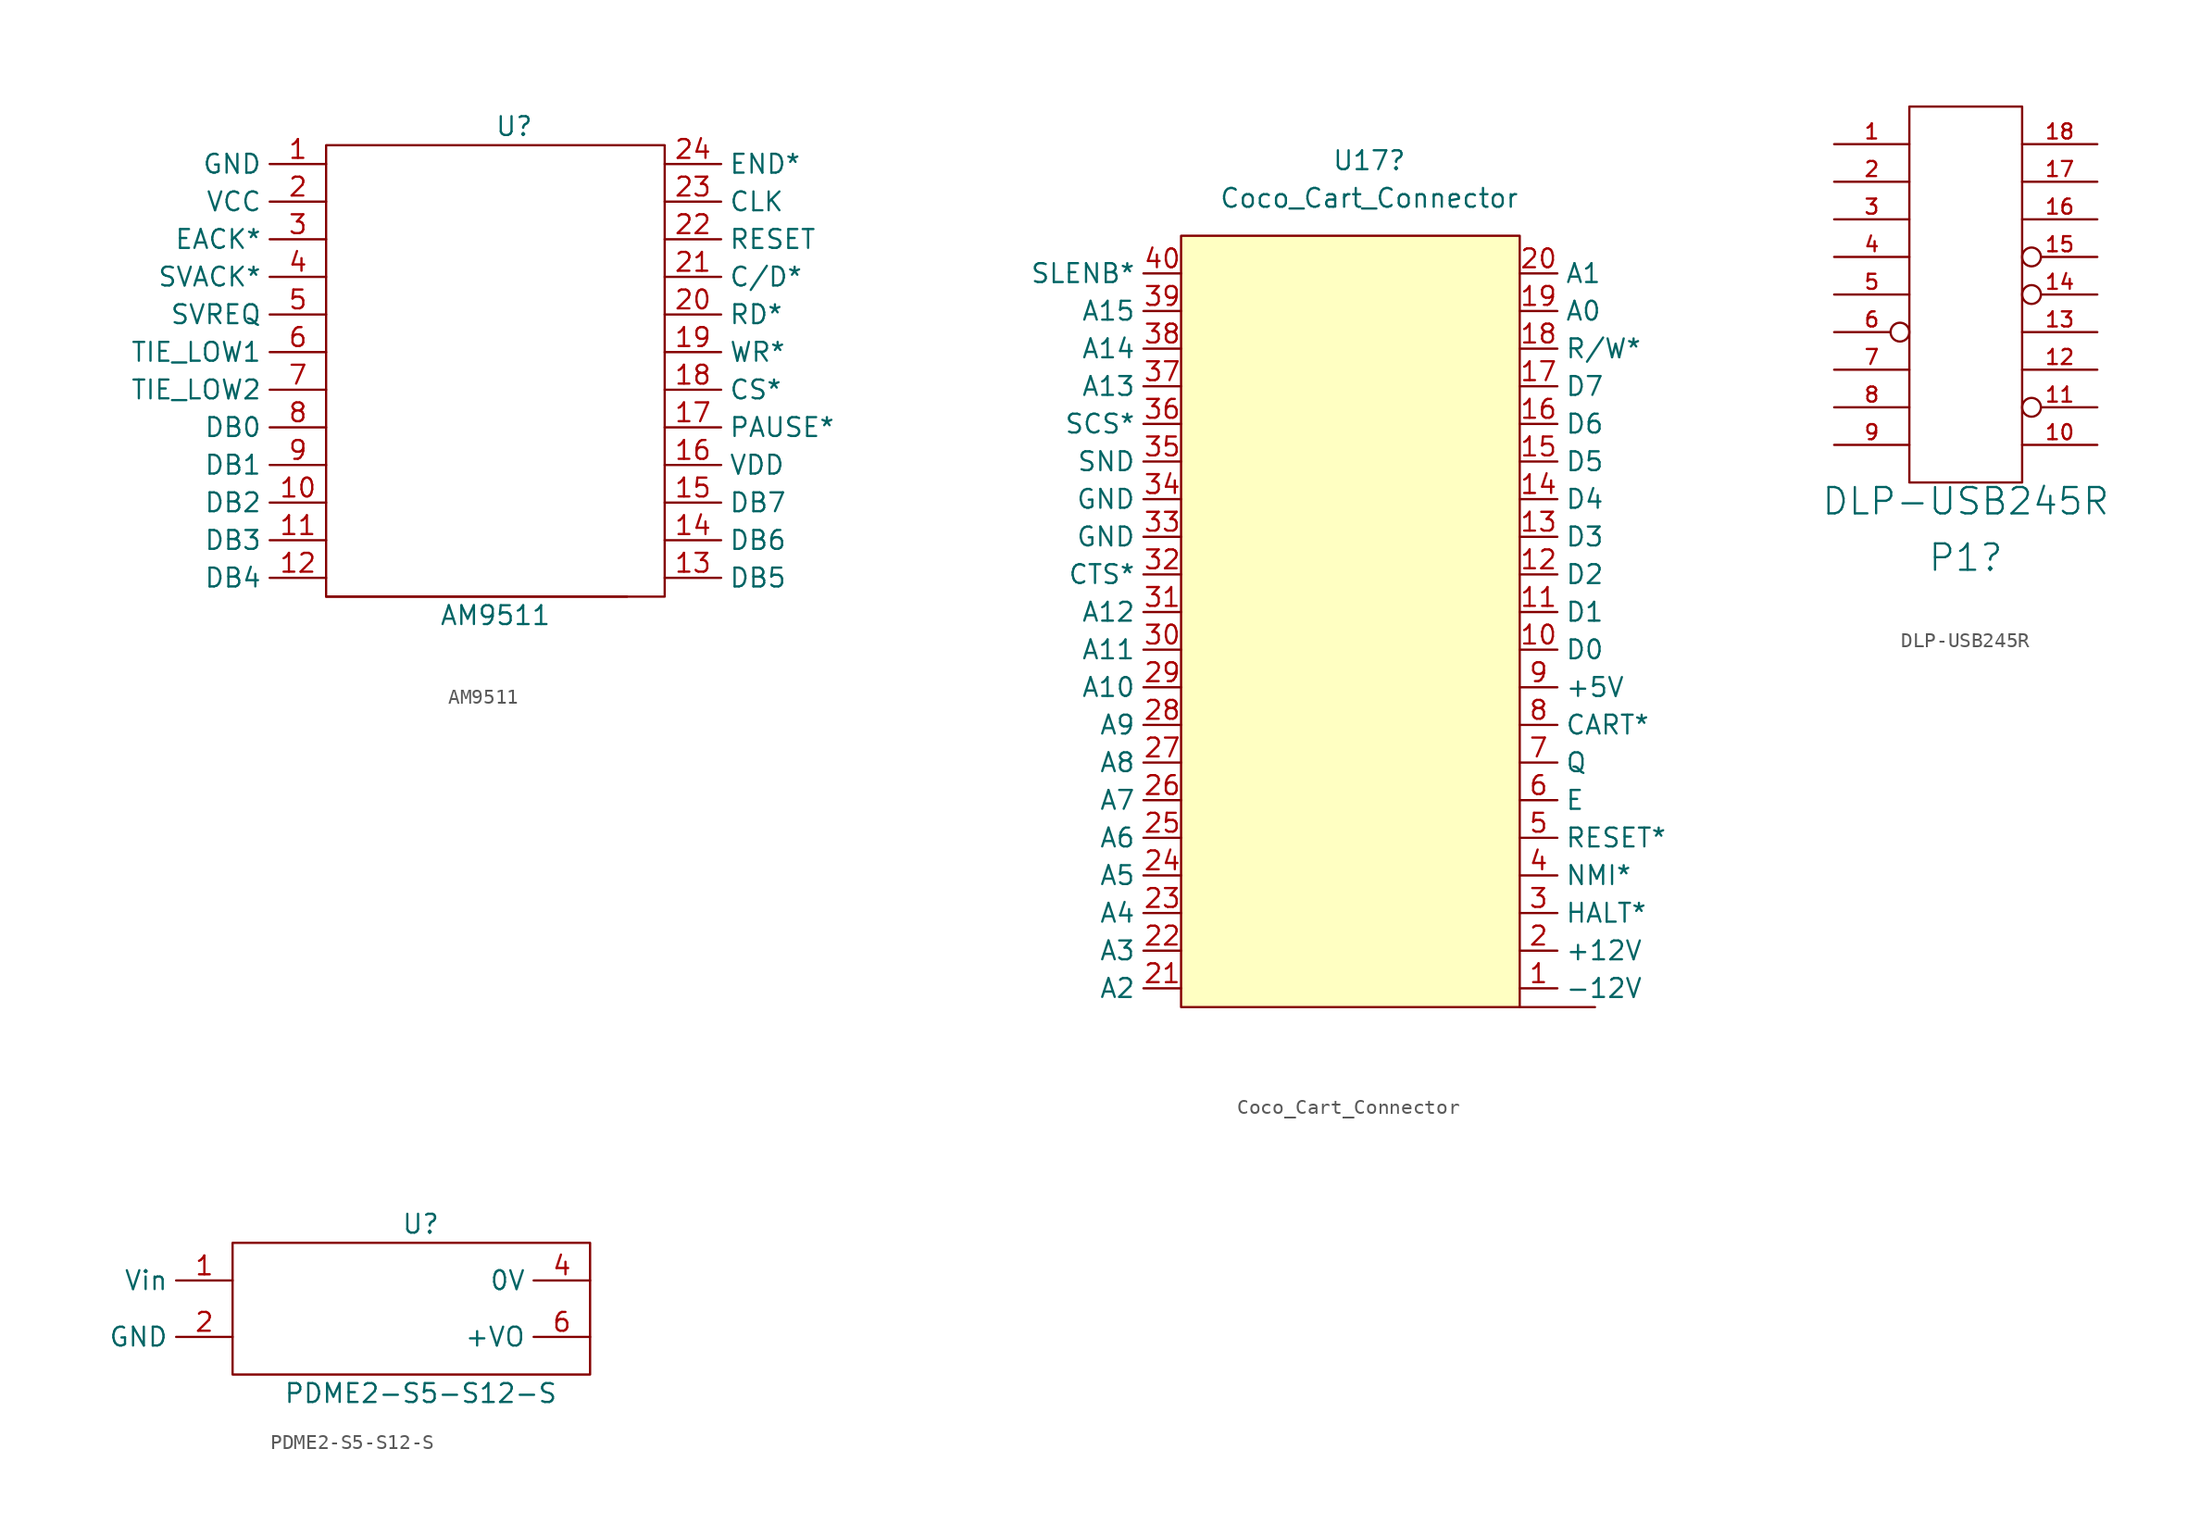
<source format=kicad_sym>
(kicad_symbol_lib
  (version 20211014)
  (generator kicad_symbol_editor)
  (symbol "AM9511"
    (property "Reference" "U"
      (at 12.7 31.75 0)
      (effects (font (size 1.27 1.27))))
    (property "Value" "AM9511"
      (at 11.43 -1.27 0)
      (effects (font (size 1.27 1.27))))
    (symbol "AM9511_0_1"
      (rectangle (start 0 0) (end 20.32 0) (stroke (width 0) (type default) (color 0 0 0 0)) (fill (type none)))
      (rectangle (start 0 30.48) (end 22.86 0) (stroke (width 0) (type default) (color 0 0 0 0)) (fill (type none))))
    (symbol "AM9511_1_1"
      (pin power_in line (at 0 29.21 180) (length 3.81) (name "GND" (effects (font (size 1.27 1.27)))) (number "1" (effects (font (size 1.27 1.27)))))
      (pin bidirectional line (at 0 6.35 180) (length 3.81) (name "DB2" (effects (font (size 1.27 1.27)))) (number "10" (effects (font (size 1.27 1.27)))))
      (pin bidirectional line (at 0 3.81 180) (length 3.81) (name "DB3" (effects (font (size 1.27 1.27)))) (number "11" (effects (font (size 1.27 1.27)))))
      (pin bidirectional line (at 0 1.27 180) (length 3.81) (name "DB4" (effects (font (size 1.27 1.27)))) (number "12" (effects (font (size 1.27 1.27)))))
      (pin bidirectional line (at 22.86 1.27 0) (length 3.81) (name "DB5" (effects (font (size 1.27 1.27)))) (number "13" (effects (font (size 1.27 1.27)))))
      (pin bidirectional line (at 22.86 3.81 0) (length 3.81) (name "DB6" (effects (font (size 1.27 1.27)))) (number "14" (effects (font (size 1.27 1.27)))))
      (pin bidirectional line (at 22.86 6.35 0) (length 3.81) (name "DB7" (effects (font (size 1.27 1.27)))) (number "15" (effects (font (size 1.27 1.27)))))
      (pin power_in line (at 22.86 8.89 0) (length 3.81) (name "VDD" (effects (font (size 1.27 1.27)))) (number "16" (effects (font (size 1.27 1.27)))))
      (pin output line (at 22.86 11.43 0) (length 3.81) (name "PAUSE*" (effects (font (size 1.27 1.27)))) (number "17" (effects (font (size 1.27 1.27)))))
      (pin input line (at 22.86 13.97 0) (length 3.81) (name "CS*" (effects (font (size 1.27 1.27)))) (number "18" (effects (font (size 1.27 1.27)))))
      (pin input line (at 22.86 16.51 0) (length 3.81) (name "WR*" (effects (font (size 1.27 1.27)))) (number "19" (effects (font (size 1.27 1.27)))))
      (pin power_in line (at 0 26.67 180) (length 3.81) (name "VCC" (effects (font (size 1.27 1.27)))) (number "2" (effects (font (size 1.27 1.27)))))
      (pin input line (at 22.86 19.05 0) (length 3.81) (name "RD*" (effects (font (size 1.27 1.27)))) (number "20" (effects (font (size 1.27 1.27)))))
      (pin input line (at 22.86 21.59 0) (length 3.81) (name "C/D*" (effects (font (size 1.27 1.27)))) (number "21" (effects (font (size 1.27 1.27)))))
      (pin input line (at 22.86 24.13 0) (length 3.81) (name "RESET" (effects (font (size 1.27 1.27)))) (number "22" (effects (font (size 1.27 1.27)))))
      (pin input line (at 22.86 26.67 0) (length 3.81) (name "CLK" (effects (font (size 1.27 1.27)))) (number "23" (effects (font (size 1.27 1.27)))))
      (pin open_collector line (at 22.86 29.21 0) (length 3.81) (name "END*" (effects (font (size 1.27 1.27)))) (number "24" (effects (font (size 1.27 1.27)))))
      (pin input line (at 0 24.13 180) (length 3.81) (name "EACK*" (effects (font (size 1.27 1.27)))) (number "3" (effects (font (size 1.27 1.27)))))
      (pin input line (at 0 21.59 180) (length 3.81) (name "SVACK*" (effects (font (size 1.27 1.27)))) (number "4" (effects (font (size 1.27 1.27)))))
      (pin output line (at 0 19.05 180) (length 3.81) (name "SVREQ" (effects (font (size 1.27 1.27)))) (number "5" (effects (font (size 1.27 1.27)))))
      (pin passive line (at 0 16.51 180) (length 3.81) (name "TIE_LOW1" (effects (font (size 1.27 1.27)))) (number "6" (effects (font (size 1.27 1.27)))))
      (pin passive line (at 0 13.97 180) (length 3.81) (name "TIE_LOW2" (effects (font (size 1.27 1.27)))) (number "7" (effects (font (size 1.27 1.27)))))
      (pin bidirectional line (at 0 11.43 180) (length 3.81) (name "DB0" (effects (font (size 1.27 1.27)))) (number "8" (effects (font (size 1.27 1.27)))))
      (pin bidirectional line (at 0 8.89 180) (length 3.81) (name "DB1" (effects (font (size 1.27 1.27)))) (number "9" (effects (font (size 1.27 1.27)))))))
  (symbol "Coco_Cart_Connector"
    (property "Reference" "U17"
      (at 12.7 57.15 0)
      (effects (font (size 1.27 1.27))))
    (property "Value" "Coco_Cart_Connector"
      (at 12.7 54.61 0)
      (effects (font (size 1.27 1.27))))
    (symbol "Coco_Cart_Connector_0_1"
      (rectangle (start 0 52.07) (end 22.86 0) (stroke (width 0) (type default) (color 0 0 0 0)) (fill (type background)))
      (rectangle (start 27.94 0) (end 22.86 0) (stroke (width 0) (type default) (color 0 0 0 0)) (fill (type none))))
    (symbol "Coco_Cart_Connector_1_1"
      (pin power_in line (at 22.86 1.27 0) (length 2.54) (name "-12V" (effects (font (size 1.27 1.27)))) (number "1" (effects (font (size 1.27 1.27)))))
      (pin bidirectional line (at 22.86 24.13 0) (length 2.54) (name "D0" (effects (font (size 1.27 1.27)))) (number "10" (effects (font (size 1.27 1.27)))))
      (pin bidirectional line (at 22.86 26.67 0) (length 2.54) (name "D1" (effects (font (size 1.27 1.27)))) (number "11" (effects (font (size 1.27 1.27)))))
      (pin bidirectional line (at 22.86 29.21 0) (length 2.54) (name "D2" (effects (font (size 1.27 1.27)))) (number "12" (effects (font (size 1.27 1.27)))))
      (pin bidirectional line (at 22.86 31.75 0) (length 2.54) (name "D3" (effects (font (size 1.27 1.27)))) (number "13" (effects (font (size 1.27 1.27)))))
      (pin bidirectional line (at 22.86 34.29 0) (length 2.54) (name "D4" (effects (font (size 1.27 1.27)))) (number "14" (effects (font (size 1.27 1.27)))))
      (pin bidirectional line (at 22.86 36.83 0) (length 2.54) (name "D5" (effects (font (size 1.27 1.27)))) (number "15" (effects (font (size 1.27 1.27)))))
      (pin bidirectional line (at 22.86 39.37 0) (length 2.54) (name "D6" (effects (font (size 1.27 1.27)))) (number "16" (effects (font (size 1.27 1.27)))))
      (pin bidirectional line (at 22.86 41.91 0) (length 2.54) (name "D7" (effects (font (size 1.27 1.27)))) (number "17" (effects (font (size 1.27 1.27)))))
      (pin output line (at 22.86 44.45 0) (length 2.54) (name "R/W*" (effects (font (size 1.27 1.27)))) (number "18" (effects (font (size 1.27 1.27)))))
      (pin output line (at 22.86 46.99 0) (length 2.54) (name "A0" (effects (font (size 1.27 1.27)))) (number "19" (effects (font (size 1.27 1.27)))))
      (pin power_in line (at 22.86 3.81 0) (length 2.54) (name "+12V" (effects (font (size 1.27 1.27)))) (number "2" (effects (font (size 1.27 1.27)))))
      (pin output line (at 22.86 49.53 0) (length 2.54) (name "A1" (effects (font (size 1.27 1.27)))) (number "20" (effects (font (size 1.27 1.27)))))
      (pin output line (at 0 1.27 180) (length 2.54) (name "A2" (effects (font (size 1.27 1.27)))) (number "21" (effects (font (size 1.27 1.27)))))
      (pin output line (at 0 3.81 180) (length 2.54) (name "A3" (effects (font (size 1.27 1.27)))) (number "22" (effects (font (size 1.27 1.27)))))
      (pin output line (at 0 6.35 180) (length 2.54) (name "A4" (effects (font (size 1.27 1.27)))) (number "23" (effects (font (size 1.27 1.27)))))
      (pin output line (at 0 8.89 180) (length 2.54) (name "A5" (effects (font (size 1.27 1.27)))) (number "24" (effects (font (size 1.27 1.27)))))
      (pin output line (at 0 11.43 180) (length 2.54) (name "A6" (effects (font (size 1.27 1.27)))) (number "25" (effects (font (size 1.27 1.27)))))
      (pin output line (at 0 13.97 180) (length 2.54) (name "A7" (effects (font (size 1.27 1.27)))) (number "26" (effects (font (size 1.27 1.27)))))
      (pin output line (at 0 16.51 180) (length 2.54) (name "A8" (effects (font (size 1.27 1.27)))) (number "27" (effects (font (size 1.27 1.27)))))
      (pin output line (at 0 19.05 180) (length 2.54) (name "A9" (effects (font (size 1.27 1.27)))) (number "28" (effects (font (size 1.27 1.27)))))
      (pin output line (at 0 21.59 180) (length 2.54) (name "A10" (effects (font (size 1.27 1.27)))) (number "29" (effects (font (size 1.27 1.27)))))
      (pin input line (at 22.86 6.35 0) (length 2.54) (name "HALT*" (effects (font (size 1.27 1.27)))) (number "3" (effects (font (size 1.27 1.27)))))
      (pin output line (at 0 24.13 180) (length 2.54) (name "A11" (effects (font (size 1.27 1.27)))) (number "30" (effects (font (size 1.27 1.27)))))
      (pin output line (at 0 26.67 180) (length 2.54) (name "A12" (effects (font (size 1.27 1.27)))) (number "31" (effects (font (size 1.27 1.27)))))
      (pin output line (at 0 29.21 180) (length 2.54) (name "CTS*" (effects (font (size 1.27 1.27)))) (number "32" (effects (font (size 1.27 1.27)))))
      (pin power_in line (at 0 31.75 180) (length 2.54) (name "GND" (effects (font (size 1.27 1.27)))) (number "33" (effects (font (size 1.27 1.27)))))
      (pin power_out line (at 0 34.29 180) (length 2.54) (name "GND" (effects (font (size 1.27 1.27)))) (number "34" (effects (font (size 1.27 1.27)))))
      (pin output line (at 0 36.83 180) (length 2.54) (name "SND" (effects (font (size 1.27 1.27)))) (number "35" (effects (font (size 1.27 1.27)))))
      (pin output line (at 0 39.37 180) (length 2.54) (name "SCS*" (effects (font (size 1.27 1.27)))) (number "36" (effects (font (size 1.27 1.27)))))
      (pin output line (at 0 41.91 180) (length 2.54) (name "A13" (effects (font (size 1.27 1.27)))) (number "37" (effects (font (size 1.27 1.27)))))
      (pin output line (at 0 44.45 180) (length 2.54) (name "A14" (effects (font (size 1.27 1.27)))) (number "38" (effects (font (size 1.27 1.27)))))
      (pin output line (at 0 46.99 180) (length 2.54) (name "A15" (effects (font (size 1.27 1.27)))) (number "39" (effects (font (size 1.27 1.27)))))
      (pin input line (at 22.86 8.89 0) (length 2.54) (name "NMI*" (effects (font (size 1.27 1.27)))) (number "4" (effects (font (size 1.27 1.27)))))
      (pin input line (at 0 49.53 180) (length 2.54) (name "SLENB*" (effects (font (size 1.27 1.27)))) (number "40" (effects (font (size 1.27 1.27)))))
      (pin output line (at 22.86 11.43 0) (length 2.54) (name "RESET*" (effects (font (size 1.27 1.27)))) (number "5" (effects (font (size 1.27 1.27)))))
      (pin output line (at 22.86 13.97 0) (length 2.54) (name "E" (effects (font (size 1.27 1.27)))) (number "6" (effects (font (size 1.27 1.27)))))
      (pin output line (at 22.86 16.51 0) (length 2.54) (name "Q" (effects (font (size 1.27 1.27)))) (number "7" (effects (font (size 1.27 1.27)))))
      (pin input line (at 22.86 19.05 0) (length 2.54) (name "CART*" (effects (font (size 1.27 1.27)))) (number "8" (effects (font (size 1.27 1.27)))))
      (pin power_out line (at 22.86 21.59 0) (length 2.54) (name "+5V" (effects (font (size 1.27 1.27)))) (number "9" (effects (font (size 1.27 1.27)))))))
  (symbol "DLP-USB245R"
    (pin_names
      (offset 1.016) hide)
    (property "Reference" "P1"
      (at 0 -17.78 0)
      (effects (font (size 1.778 1.778))))
    (property "Value" "DLP-USB245R"
      (at 0 -13.97 0)
      (effects (font (size 1.778 1.778))))
    (symbol "DLP-USB245R_0_1"
      (rectangle (start -3.81 12.7) (end 3.81 -12.7) (stroke (width 0) (type default) (color 0 0 0 0)) (fill (type none))))
    (symbol "DLP-USB245R_1_1"
      (pin power_in line (at -8.89 10.16 0) (length 5.08) (name "GND" (effects (font (size 1.016 1.016)))) (number "1" (effects (font (size 1.016 1.016)))))
      (pin power_in line (at 8.89 -10.16 180) (length 5.08) (name "GND" (effects (font (size 1.016 1.016)))) (number "10" (effects (font (size 1.016 1.016)))))
      (pin input inverted (at 8.89 -7.62 180) (length 5.08) (name "RD*" (effects (font (size 1.016 1.016)))) (number "11" (effects (font (size 1.016 1.016)))))
      (pin input line (at 8.89 -5.08 180) (length 5.08) (name "WR" (effects (font (size 1.016 1.016)))) (number "12" (effects (font (size 1.016 1.016)))))
      (pin tri_state line (at 8.89 -2.54 180) (length 5.08) (name "D6" (effects (font (size 1.016 1.016)))) (number "13" (effects (font (size 1.016 1.016)))))
      (pin output inverted (at 8.89 0 180) (length 5.08) (name "TXE*" (effects (font (size 1.016 1.016)))) (number "14" (effects (font (size 1.016 1.016)))))
      (pin output inverted (at 8.89 2.54 180) (length 5.08) (name "RXF*" (effects (font (size 1.016 1.016)))) (number "15" (effects (font (size 1.016 1.016)))))
      (pin tri_state line (at 8.89 5.08 180) (length 5.08) (name "D1" (effects (font (size 1.016 1.016)))) (number "16" (effects (font (size 1.016 1.016)))))
      (pin tri_state line (at 8.89 7.62 180) (length 5.08) (name "D4" (effects (font (size 1.016 1.016)))) (number "17" (effects (font (size 1.016 1.016)))))
      (pin tri_state line (at 8.89 10.16 180) (length 5.08) (name "D0" (effects (font (size 1.016 1.016)))) (number "18" (effects (font (size 1.016 1.016)))))
      (pin tri_state line (at -8.89 7.62 0) (length 5.08) (name "D2" (effects (font (size 1.016 1.016)))) (number "2" (effects (font (size 1.016 1.016)))))
      (pin tri_state line (at -8.89 5.08 0) (length 5.08) (name "D7" (effects (font (size 1.016 1.016)))) (number "3" (effects (font (size 1.016 1.016)))))
      (pin tri_state line (at -8.89 2.54 0) (length 5.08) (name "D5" (effects (font (size 1.016 1.016)))) (number "4" (effects (font (size 1.016 1.016)))))
      (pin tri_state line (at -8.89 0 0) (length 5.08) (name "D3" (effects (font (size 1.016 1.016)))) (number "5" (effects (font (size 1.016 1.016)))))
      (pin output inverted (at -8.89 -2.54 0) (length 5.08) (name "PWREN*" (effects (font (size 1.016 1.016)))) (number "6" (effects (font (size 1.016 1.016)))))
      (pin power_in line (at -8.89 -5.08 0) (length 5.08) (name "VCCIO" (effects (font (size 1.016 1.016)))) (number "7" (effects (font (size 1.016 1.016)))))
      (pin power_in line (at -8.89 -7.62 0) (length 5.08) (name "EXTVCC" (effects (font (size 1.016 1.016)))) (number "8" (effects (font (size 1.016 1.016)))))
      (pin power_out line (at -8.89 -10.16 0) (length 5.08) (name "PORTVCC" (effects (font (size 1.016 1.016)))) (number "9" (effects (font (size 1.016 1.016)))))))
  (symbol "PDME2-S5-S12-S"
    (property "Reference" "U"
      (at 12.7 10.16 0)
      (effects (font (size 1.27 1.27))))
    (property "Value" "PDME2-S5-S12-S"
      (at 12.7 -1.27 0)
      (effects (font (size 1.27 1.27))))
    (symbol "PDME2-S5-S12-S_0_1"
      (rectangle (start 0 8.89) (end 24.13 0) (stroke (width 0) (type default) (color 0 0 0 0)) (fill (type none))))
    (symbol "PDME2-S5-S12-S_1_1"
      (pin power_in line (at 0 6.35 180) (length 3.81) (name "Vin" (effects (font (size 1.27 1.27)))) (number "1" (effects (font (size 1.27 1.27)))))
      (pin power_in line (at 0 2.54 180) (length 3.81) (name "GND" (effects (font (size 1.27 1.27)))) (number "2" (effects (font (size 1.27 1.27)))))
      (pin output line (at 24.13 6.35 180) (length 3.81) (name "0V" (effects (font (size 1.27 1.27)))) (number "4" (effects (font (size 1.27 1.27)))))
      (pin power_out line (at 24.13 2.54 180) (length 3.81) (name "+VO" (effects (font (size 1.27 1.27)))) (number "6" (effects (font (size 1.27 1.27))))))))
</source>
